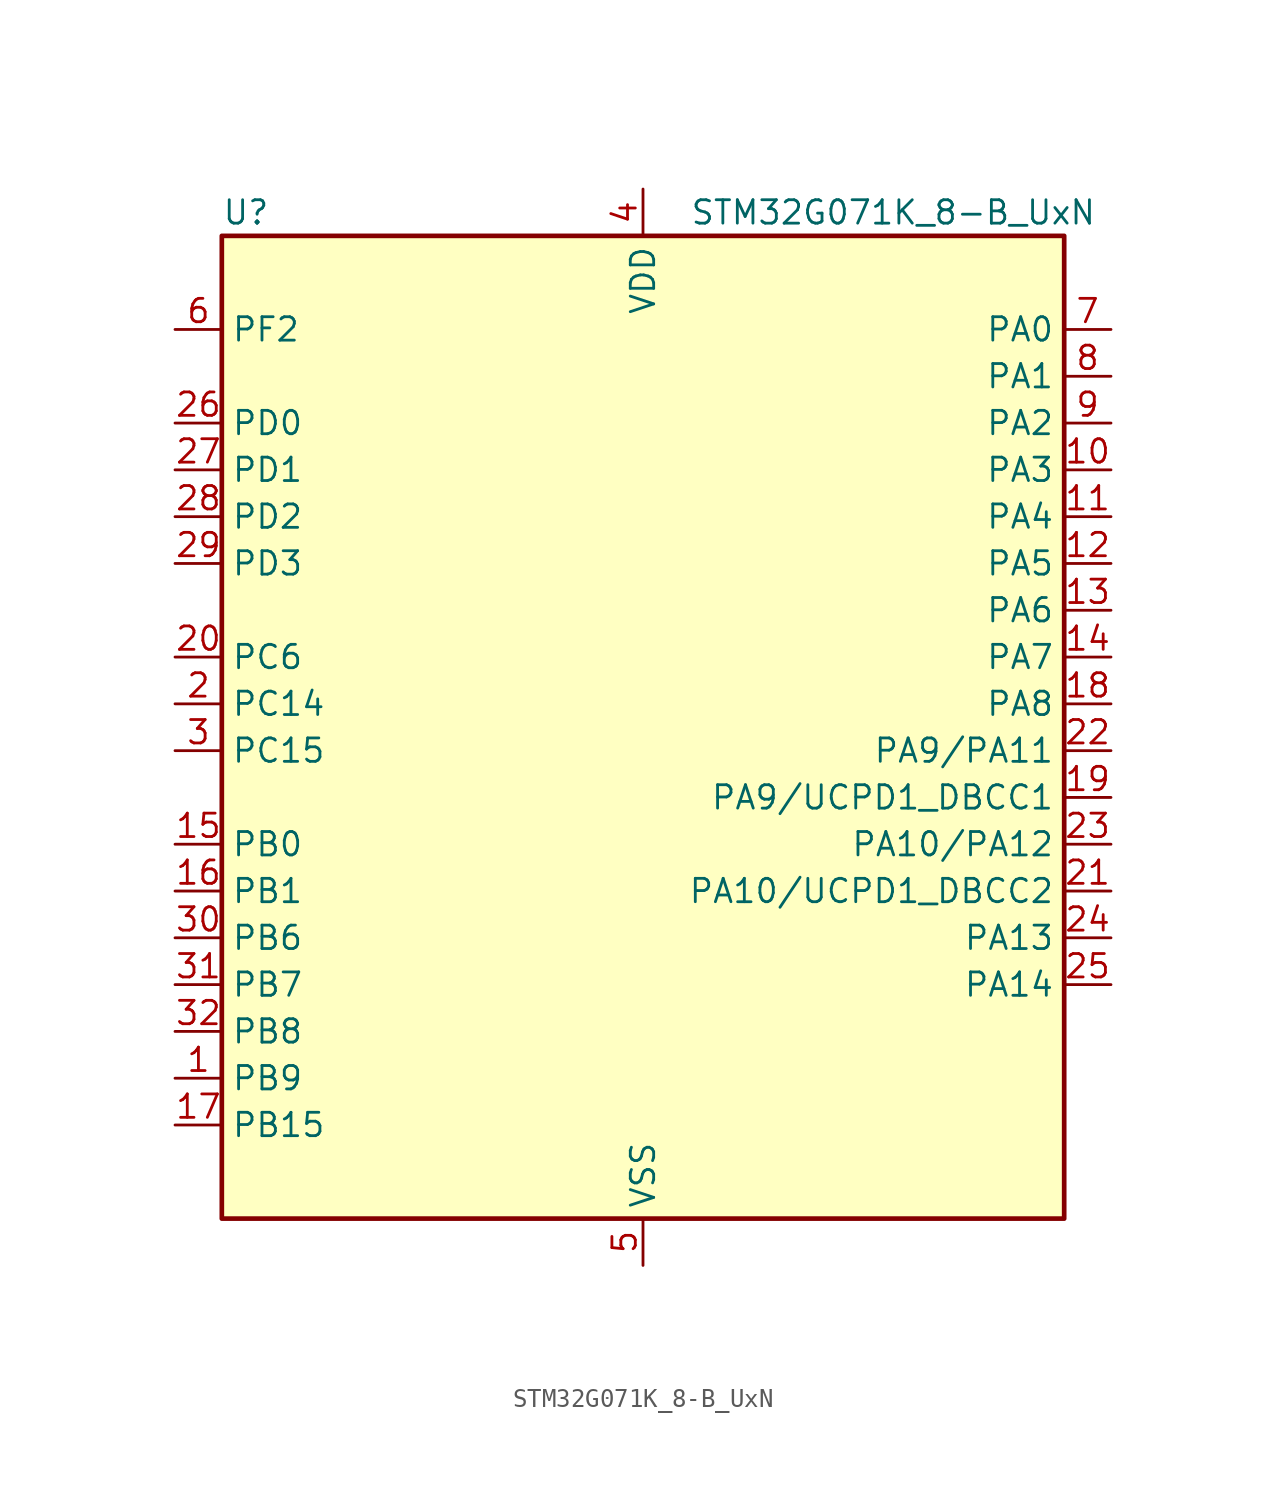
<source format=kicad_sym>
(kicad_symbol_lib
  (version 20241209)
  (generator "kicad_symbol_editor")
  (generator_version "9.0")
  (symbol "STM32G071K_8-B_UxN"
    (property "Reference" "U"
      (at -22.86 29.21 0)
      (effects (font (size 1.27 1.27)) (justify left)))
    (property "Value" "STM32G071K_8-B_UxN"
      (at 2.54 29.21 0)
      (effects (font (size 1.27 1.27)) (justify left)))
    (symbol "STM32G071K_8-B_UxN_0_1"
      (rectangle (start -22.86 -25.4) (end 22.86 27.94) (stroke (width 0.254) (type default)) (fill (type background))))
    (symbol "STM32G071K_8-B_UxN_1_1"
      (pin bidirectional line (at -25.4 22.86 0) (length 2.54) (name "PF2" (effects (font (size 1.27 1.27)))) (number "6" (effects (font (size 1.27 1.27)))) (alternate "RCC_MCO" bidirectional line))
      (pin bidirectional line (at -25.4 17.78 0) (length 2.54) (name "PD0" (effects (font (size 1.27 1.27)))) (number "26" (effects (font (size 1.27 1.27)))) (alternate "SPI2_NSS" bidirectional line) (alternate "TIM16_CH1" bidirectional line) (alternate "UCPD2_CC1" bidirectional line))
      (pin bidirectional line (at -25.4 15.24 0) (length 2.54) (name "PD1" (effects (font (size 1.27 1.27)))) (number "27" (effects (font (size 1.27 1.27)))) (alternate "SPI2_SCK" bidirectional line) (alternate "TIM17_CH1" bidirectional line) (alternate "UCPD2_DBCC1" bidirectional line))
      (pin bidirectional line (at -25.4 12.7 0) (length 2.54) (name "PD2" (effects (font (size 1.27 1.27)))) (number "28" (effects (font (size 1.27 1.27)))) (alternate "TIM1_CH1N" bidirectional line) (alternate "TIM3_ETR" bidirectional line) (alternate "UCPD2_CC2" bidirectional line) (alternate "USART3_CK" bidirectional line) (alternate "USART3_DE" bidirectional line) (alternate "USART3_RTS" bidirectional line))
      (pin bidirectional line (at -25.4 10.16 0) (length 2.54) (name "PD3" (effects (font (size 1.27 1.27)))) (number "29" (effects (font (size 1.27 1.27)))) (alternate "SPI2_MISO" bidirectional line) (alternate "TIM1_CH2N" bidirectional line) (alternate "UCPD2_DBCC2" bidirectional line) (alternate "USART2_CTS" bidirectional line) (alternate "USART2_NSS" bidirectional line))
      (pin bidirectional line (at -25.4 5.08 0) (length 2.54) (name "PC6" (effects (font (size 1.27 1.27)))) (number "20" (effects (font (size 1.27 1.27)))) (alternate "TIM2_CH3" bidirectional line) (alternate "TIM3_CH1" bidirectional line) (alternate "UCPD1_FRSTX1" bidirectional line) (alternate "UCPD1_FRSTX2" bidirectional line))
      (pin bidirectional line (at -25.4 2.54 0) (length 2.54) (name "PC14" (effects (font (size 1.27 1.27)))) (number "2" (effects (font (size 1.27 1.27)))) (alternate "RCC_OSC32_IN" bidirectional line) (alternate "RCC_OSC_IN" bidirectional line) (alternate "TIM1_BK2" bidirectional line))
      (pin bidirectional line (at -25.4 0 0) (length 2.54) (name "PC15" (effects (font (size 1.27 1.27)))) (number "3" (effects (font (size 1.27 1.27)))) (alternate "RCC_OSC32_EN" bidirectional line) (alternate "RCC_OSC32_OUT" bidirectional line) (alternate "RCC_OSC_EN" bidirectional line) (alternate "TIM15_BK" bidirectional line))
      (pin bidirectional line (at -25.4 -5.08 0) (length 2.54) (name "PB0" (effects (font (size 1.27 1.27)))) (number "15" (effects (font (size 1.27 1.27)))) (alternate "ADC1_IN8" bidirectional line) (alternate "COMP1_OUT" bidirectional line) (alternate "I2S1_WS" bidirectional line) (alternate "LPTIM1_OUT" bidirectional line) (alternate "SPI1_NSS" bidirectional line) (alternate "TIM1_CH2N" bidirectional line) (alternate "TIM3_CH3" bidirectional line) (alternate "UCPD1_FRSTX1" bidirectional line) (alternate "UCPD1_FRSTX2" bidirectional line) (alternate "USART3_RX" bidirectional line))
      (pin bidirectional line (at -25.4 -7.62 0) (length 2.54) (name "PB1" (effects (font (size 1.27 1.27)))) (number "16" (effects (font (size 1.27 1.27)))) (alternate "ADC1_IN9" bidirectional line) (alternate "COMP1_INM" bidirectional line) (alternate "LPTIM2_IN1" bidirectional line) (alternate "LPUART1_DE" bidirectional line) (alternate "LPUART1_RTS" bidirectional line) (alternate "TIM14_CH1" bidirectional line) (alternate "TIM1_CH3N" bidirectional line) (alternate "TIM3_CH4" bidirectional line) (alternate "USART3_CK" bidirectional line) (alternate "USART3_DE" bidirectional line) (alternate "USART3_RTS" bidirectional line))
      (pin bidirectional line (at -25.4 -10.16 0) (length 2.54) (name "PB6" (effects (font (size 1.27 1.27)))) (number "30" (effects (font (size 1.27 1.27)))) (alternate "COMP2_INP" bidirectional line) (alternate "I2C1_SCL" bidirectional line) (alternate "LPTIM1_ETR" bidirectional line) (alternate "SPI2_MISO" bidirectional line) (alternate "TIM16_CH1N" bidirectional line) (alternate "TIM1_CH3" bidirectional line) (alternate "USART1_TX" bidirectional line))
      (pin bidirectional line (at -25.4 -12.7 0) (length 2.54) (name "PB7" (effects (font (size 1.27 1.27)))) (number "31" (effects (font (size 1.27 1.27)))) (alternate "COMP2_INM" bidirectional line) (alternate "I2C1_SDA" bidirectional line) (alternate "LPTIM1_IN2" bidirectional line) (alternate "SPI2_MOSI" bidirectional line) (alternate "SYS_PVD_IN" bidirectional line) (alternate "TIM17_CH1N" bidirectional line) (alternate "USART1_RX" bidirectional line) (alternate "USART4_CTS" bidirectional line) (alternate "USART4_NSS" bidirectional line))
      (pin bidirectional line (at -25.4 -15.24 0) (length 2.54) (name "PB8" (effects (font (size 1.27 1.27)))) (number "32" (effects (font (size 1.27 1.27)))) (alternate "CEC" bidirectional line) (alternate "I2C1_SCL" bidirectional line) (alternate "SPI2_SCK" bidirectional line) (alternate "TIM15_BK" bidirectional line) (alternate "TIM16_CH1" bidirectional line) (alternate "USART3_TX" bidirectional line))
      (pin bidirectional line (at -25.4 -17.78 0) (length 2.54) (name "PB9" (effects (font (size 1.27 1.27)))) (number "1" (effects (font (size 1.27 1.27)))) (alternate "DAC1_EXTI9" bidirectional line) (alternate "I2C1_SDA" bidirectional line) (alternate "IR_OUT" bidirectional line) (alternate "SPI2_NSS" bidirectional line) (alternate "TIM17_CH1" bidirectional line) (alternate "UCPD2_FRSTX1" bidirectional line) (alternate "UCPD2_FRSTX2" bidirectional line) (alternate "USART3_RX" bidirectional line))
      (pin bidirectional line (at -25.4 -20.32 0) (length 2.54) (name "PB15" (effects (font (size 1.27 1.27)))) (number "17" (effects (font (size 1.27 1.27)))) (alternate "RTC_REFIN" bidirectional line) (alternate "SPI2_MOSI" bidirectional line) (alternate "TIM15_CH1N" bidirectional line) (alternate "TIM15_CH2" bidirectional line) (alternate "TIM1_CH3N" bidirectional line) (alternate "UCPD1_CC2" bidirectional line))
      (pin power_in line (at 0 30.48 270) (length 2.54) (name "VDD" (effects (font (size 1.27 1.27)))) (number "4" (effects (font (size 1.27 1.27)))))
      (pin passive line (at 0 -27.94 90) (length 2.54) (hide yes) (name "VSS" (effects (font (size 1.27 1.27)))) (number "33" (effects (font (size 1.27 1.27)))))
      (pin power_in line (at 0 -27.94 90) (length 2.54) (name "VSS" (effects (font (size 1.27 1.27)))) (number "5" (effects (font (size 1.27 1.27)))))
      (pin bidirectional line (at 25.4 22.86 180) (length 2.54) (name "PA0" (effects (font (size 1.27 1.27)))) (number "7" (effects (font (size 1.27 1.27)))) (alternate "ADC1_IN0" bidirectional line) (alternate "COMP1_INM" bidirectional line) (alternate "COMP1_OUT" bidirectional line) (alternate "LPTIM1_OUT" bidirectional line) (alternate "RTC_TAMP_IN2" bidirectional line) (alternate "SPI2_SCK" bidirectional line) (alternate "SYS_WKUP1" bidirectional line) (alternate "TIM2_CH1" bidirectional line) (alternate "TIM2_ETR" bidirectional line) (alternate "UCPD2_FRSTX1" bidirectional line) (alternate "UCPD2_FRSTX2" bidirectional line) (alternate "USART2_CTS" bidirectional line) (alternate "USART2_NSS" bidirectional line) (alternate "USART4_TX" bidirectional line))
      (pin bidirectional line (at 25.4 20.32 180) (length 2.54) (name "PA1" (effects (font (size 1.27 1.27)))) (number "8" (effects (font (size 1.27 1.27)))) (alternate "ADC1_IN1" bidirectional line) (alternate "COMP1_INP" bidirectional line) (alternate "I2C1_SMBA" bidirectional line) (alternate "I2S1_CK" bidirectional line) (alternate "SPI1_SCK" bidirectional line) (alternate "TIM15_CH1N" bidirectional line) (alternate "TIM2_CH2" bidirectional line) (alternate "USART2_CK" bidirectional line) (alternate "USART2_DE" bidirectional line) (alternate "USART2_RTS" bidirectional line) (alternate "USART4_RX" bidirectional line))
      (pin bidirectional line (at 25.4 17.78 180) (length 2.54) (name "PA2" (effects (font (size 1.27 1.27)))) (number "9" (effects (font (size 1.27 1.27)))) (alternate "ADC1_IN2" bidirectional line) (alternate "COMP2_INM" bidirectional line) (alternate "COMP2_OUT" bidirectional line) (alternate "I2S1_SD" bidirectional line) (alternate "LPUART1_TX" bidirectional line) (alternate "RCC_LSCO" bidirectional line) (alternate "SPI1_MOSI" bidirectional line) (alternate "SYS_WKUP4" bidirectional line) (alternate "TIM15_CH1" bidirectional line) (alternate "TIM2_CH3" bidirectional line) (alternate "UCPD1_FRSTX1" bidirectional line) (alternate "UCPD1_FRSTX2" bidirectional line) (alternate "USART2_TX" bidirectional line))
      (pin bidirectional line (at 25.4 15.24 180) (length 2.54) (name "PA3" (effects (font (size 1.27 1.27)))) (number "10" (effects (font (size 1.27 1.27)))) (alternate "ADC1_IN3" bidirectional line) (alternate "COMP2_INP" bidirectional line) (alternate "LPUART1_RX" bidirectional line) (alternate "SPI2_MISO" bidirectional line) (alternate "TIM15_CH2" bidirectional line) (alternate "TIM2_CH4" bidirectional line) (alternate "UCPD2_FRSTX1" bidirectional line) (alternate "UCPD2_FRSTX2" bidirectional line) (alternate "USART2_RX" bidirectional line))
      (pin bidirectional line (at 25.4 12.7 180) (length 2.54) (name "PA4" (effects (font (size 1.27 1.27)))) (number "11" (effects (font (size 1.27 1.27)))) (alternate "ADC1_IN4" bidirectional line) (alternate "DAC1_OUT1" bidirectional line) (alternate "I2S1_WS" bidirectional line) (alternate "LPTIM2_OUT" bidirectional line) (alternate "RTC_OUT_ALARM" bidirectional line) (alternate "RTC_OUT_CALIB" bidirectional line) (alternate "RTC_TAMP_IN1" bidirectional line) (alternate "RTC_TS" bidirectional line) (alternate "SPI1_NSS" bidirectional line) (alternate "SPI2_MOSI" bidirectional line) (alternate "SYS_WKUP2" bidirectional line) (alternate "TIM14_CH1" bidirectional line) (alternate "UCPD2_FRSTX1" bidirectional line) (alternate "UCPD2_FRSTX2" bidirectional line))
      (pin bidirectional line (at 25.4 10.16 180) (length 2.54) (name "PA5" (effects (font (size 1.27 1.27)))) (number "12" (effects (font (size 1.27 1.27)))) (alternate "ADC1_IN5" bidirectional line) (alternate "CEC" bidirectional line) (alternate "DAC1_OUT2" bidirectional line) (alternate "I2S1_CK" bidirectional line) (alternate "LPTIM2_ETR" bidirectional line) (alternate "SPI1_SCK" bidirectional line) (alternate "TIM2_CH1" bidirectional line) (alternate "TIM2_ETR" bidirectional line) (alternate "UCPD1_FRSTX1" bidirectional line) (alternate "UCPD1_FRSTX2" bidirectional line) (alternate "USART3_TX" bidirectional line))
      (pin bidirectional line (at 25.4 7.62 180) (length 2.54) (name "PA6" (effects (font (size 1.27 1.27)))) (number "13" (effects (font (size 1.27 1.27)))) (alternate "ADC1_IN6" bidirectional line) (alternate "COMP1_OUT" bidirectional line) (alternate "I2S1_MCK" bidirectional line) (alternate "LPUART1_CTS" bidirectional line) (alternate "SPI1_MISO" bidirectional line) (alternate "TIM16_CH1" bidirectional line) (alternate "TIM1_BK" bidirectional line) (alternate "TIM3_CH1" bidirectional line) (alternate "USART3_CTS" bidirectional line) (alternate "USART3_NSS" bidirectional line))
      (pin bidirectional line (at 25.4 5.08 180) (length 2.54) (name "PA7" (effects (font (size 1.27 1.27)))) (number "14" (effects (font (size 1.27 1.27)))) (alternate "ADC1_IN7" bidirectional line) (alternate "COMP2_OUT" bidirectional line) (alternate "I2S1_SD" bidirectional line) (alternate "SPI1_MOSI" bidirectional line) (alternate "TIM14_CH1" bidirectional line) (alternate "TIM17_CH1" bidirectional line) (alternate "TIM1_CH1N" bidirectional line) (alternate "TIM3_CH2" bidirectional line) (alternate "UCPD1_FRSTX1" bidirectional line) (alternate "UCPD1_FRSTX2" bidirectional line))
      (pin bidirectional line (at 25.4 2.54 180) (length 2.54) (name "PA8" (effects (font (size 1.27 1.27)))) (number "18" (effects (font (size 1.27 1.27)))) (alternate "LPTIM2_OUT" bidirectional line) (alternate "RCC_MCO" bidirectional line) (alternate "SPI2_NSS" bidirectional line) (alternate "TIM1_CH1" bidirectional line) (alternate "UCPD1_CC1" bidirectional line))
      (pin bidirectional line (at 25.4 0 180) (length 2.54) (name "PA9/PA11" (effects (font (size 1.27 1.27)))) (number "22" (effects (font (size 1.27 1.27)))) (alternate "ADC1_EXTI11 (PA11)" bidirectional line) (alternate "COMP1_OUT (PA11)" bidirectional line) (alternate "DAC1_EXTI9 (PA9)" bidirectional line) (alternate "I2C1_SCL (PA9)" bidirectional line) (alternate "I2C2_SCL (PA11)" bidirectional line) (alternate "I2S1_MCK (PA11)" bidirectional line) (alternate "PA11" bidirectional line) (alternate "PA9" bidirectional line) (alternate "RCC_MCO (PA9)" bidirectional line) (alternate "SPI1_MISO (PA11)" bidirectional line) (alternate "SPI2_MISO (PA9)" bidirectional line) (alternate "TIM15_BK (PA9)" bidirectional line) (alternate "TIM1_BK2 (PA11)" bidirectional line) (alternate "TIM1_CH2 (PA9)" bidirectional line) (alternate "TIM1_CH4 (PA11)" bidirectional line) (alternate "USART1_CTS (PA11)" bidirectional line) (alternate "USART1_NSS (PA11)" bidirectional line) (alternate "USART1_TX (PA9)" bidirectional line))
      (pin bidirectional line (at 25.4 -2.54 180) (length 2.54) (name "PA9/UCPD1_DBCC1" (effects (font (size 1.27 1.27)))) (number "19" (effects (font (size 1.27 1.27)))) (alternate "DAC1_EXTI9 (PA9)" bidirectional line) (alternate "I2C1_SCL (PA9)" bidirectional line) (alternate "PA9" bidirectional line) (alternate "RCC_MCO (PA9)" bidirectional line) (alternate "SPI2_MISO (PA9)" bidirectional line) (alternate "TIM15_BK (PA9)" bidirectional line) (alternate "TIM1_CH2 (PA9)" bidirectional line) (alternate "UCPD1_DBCC1" bidirectional line) (alternate "UCPD1_DBCC1 (PA9)" bidirectional line) (alternate "UCPD1_DBCC1 (UCPD1_DBCC1)" bidirectional line) (alternate "USART1_TX (PA9)" bidirectional line))
      (pin bidirectional line (at 25.4 -5.08 180) (length 2.54) (name "PA10/PA12" (effects (font (size 1.27 1.27)))) (number "23" (effects (font (size 1.27 1.27)))) (alternate "COMP2_OUT (PA12)" bidirectional line) (alternate "I2C1_SDA (PA10)" bidirectional line) (alternate "I2C2_SDA (PA12)" bidirectional line) (alternate "I2S1_SD (PA12)" bidirectional line) (alternate "I2S_CKIN (PA12)" bidirectional line) (alternate "PA10" bidirectional line) (alternate "PA12" bidirectional line) (alternate "SPI1_MOSI (PA12)" bidirectional line) (alternate "SPI2_MOSI (PA10)" bidirectional line) (alternate "TIM17_BK (PA10)" bidirectional line) (alternate "TIM1_CH3 (PA10)" bidirectional line) (alternate "TIM1_ETR (PA12)" bidirectional line) (alternate "USART1_CK (PA12)" bidirectional line) (alternate "USART1_DE (PA12)" bidirectional line) (alternate "USART1_RTS (PA12)" bidirectional line) (alternate "USART1_RX (PA10)" bidirectional line))
      (pin bidirectional line (at 25.4 -7.62 180) (length 2.54) (name "PA10/UCPD1_DBCC2" (effects (font (size 1.27 1.27)))) (number "21" (effects (font (size 1.27 1.27)))) (alternate "I2C1_SDA (PA10)" bidirectional line) (alternate "PA10" bidirectional line) (alternate "SPI2_MOSI (PA10)" bidirectional line) (alternate "TIM17_BK (PA10)" bidirectional line) (alternate "TIM1_CH3 (PA10)" bidirectional line) (alternate "UCPD1_DBCC2" bidirectional line) (alternate "UCPD1_DBCC2 (PA10)" bidirectional line) (alternate "UCPD1_DBCC2 (UCPD1_DBCC2)" bidirectional line) (alternate "USART1_RX (PA10)" bidirectional line))
      (pin bidirectional line (at 25.4 -10.16 180) (length 2.54) (name "PA13" (effects (font (size 1.27 1.27)))) (number "24" (effects (font (size 1.27 1.27)))) (alternate "IR_OUT" bidirectional line) (alternate "SYS_SWDIO" bidirectional line))
      (pin bidirectional line (at 25.4 -12.7 180) (length 2.54) (name "PA14" (effects (font (size 1.27 1.27)))) (number "25" (effects (font (size 1.27 1.27)))) (alternate "SYS_SWCLK" bidirectional line) (alternate "USART2_TX" bidirectional line)))))
</source>
